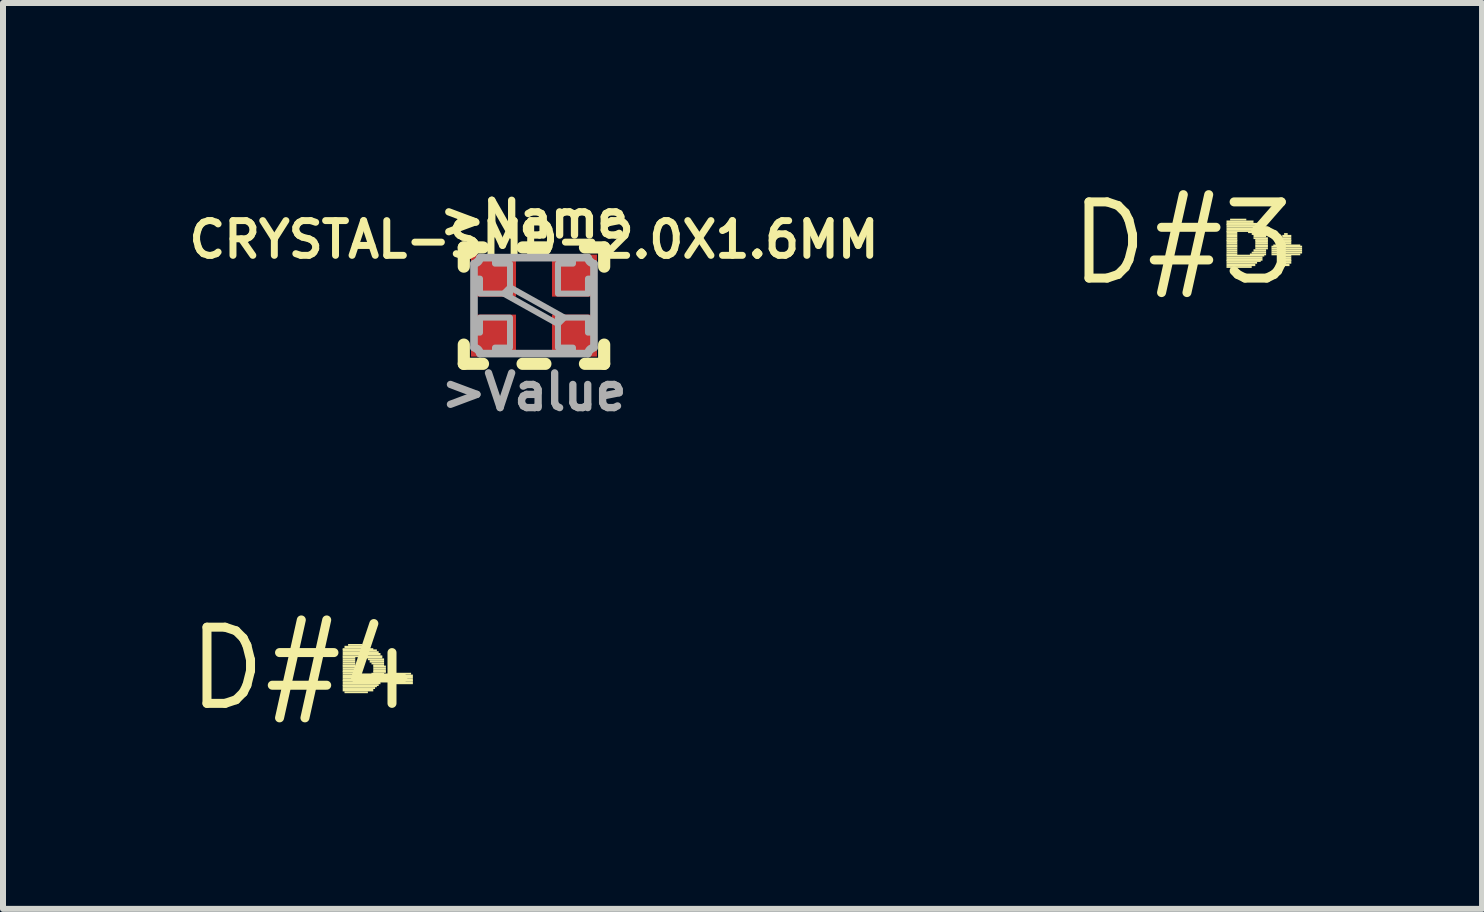
<source format=kicad_pcb>
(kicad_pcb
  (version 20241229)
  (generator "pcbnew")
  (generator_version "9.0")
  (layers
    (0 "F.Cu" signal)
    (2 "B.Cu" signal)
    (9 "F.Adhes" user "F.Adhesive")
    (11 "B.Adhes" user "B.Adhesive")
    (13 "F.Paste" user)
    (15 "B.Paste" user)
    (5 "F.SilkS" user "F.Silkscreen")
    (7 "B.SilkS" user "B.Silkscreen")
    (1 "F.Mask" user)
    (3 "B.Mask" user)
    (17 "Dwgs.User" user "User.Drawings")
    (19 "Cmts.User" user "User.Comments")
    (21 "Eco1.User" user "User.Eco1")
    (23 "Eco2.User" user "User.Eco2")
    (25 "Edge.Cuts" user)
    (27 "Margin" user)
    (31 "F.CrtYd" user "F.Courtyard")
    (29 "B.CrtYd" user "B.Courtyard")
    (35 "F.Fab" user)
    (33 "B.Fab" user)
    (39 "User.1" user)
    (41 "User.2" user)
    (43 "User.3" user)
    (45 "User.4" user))
  (footprint "CRYSTAL-SMD-2.0X1.6MM"
    (layer "F.Cu")
    (at 5.852 2.045)
    (property "Reference" "CRYSTAL-SMD-2.0X1.6MM" (at -0.000004 -1.1 0) (layer "F.SilkS") (effects (font (size 0.579 0.579) (thickness 0.116))))
    (attr through_hole)
    (fp_line (start -1.17 -0.65) (end -1.17 -0.97) (stroke (width 0.203) (type solid)) (layer "F.SilkS"))
    (fp_line (start -1.17 0.65) (end -1.17 0.97) (stroke (width 0.203) (type solid)) (layer "F.SilkS"))
    (fp_line (start -0.85 -0.97) (end -1.17 -0.97) (stroke (width 0.203) (type solid)) (layer "F.SilkS"))
    (fp_line (start -0.85 0.97) (end -1.17 0.97) (stroke (width 0.203) (type solid)) (layer "F.SilkS"))
    (fp_line (start -0.19 0.97) (end 0.19 0.97) (stroke (width 0.203) (type solid)) (layer "F.SilkS"))
    (fp_line (start 0.19 -0.97) (end -0.19 -0.97) (stroke (width 0.203) (type solid)) (layer "F.SilkS"))
    (fp_line (start 0.85 -0.97) (end 1.17 -0.97) (stroke (width 0.203) (type solid)) (layer "F.SilkS"))
    (fp_line (start 0.85 0.97) (end 1.17 0.97) (stroke (width 0.203) (type solid)) (layer "F.SilkS"))
    (fp_line (start 1.17 -0.65) (end 1.17 -0.97) (stroke (width 0.203) (type solid)) (layer "F.SilkS"))
    (fp_line (start 1.17 0.65) (end 1.17 0.97) (stroke (width 0.203) (type solid)) (layer "F.SilkS"))
    (fp_line (start -1 -0.7) (end -1 0.7) (stroke (width 0.127) (type solid)) (layer "F.Fab"))
    (fp_line (start -0.9 0.8) (end 0.9 0.8) (stroke (width 0.127) (type solid)) (layer "F.Fab"))
    (fp_line (start 0.9 -0.8) (end -0.9 -0.8) (stroke (width 0.127) (type solid)) (layer "F.Fab"))
    (fp_line (start 1 0.7) (end 1 -0.7) (stroke (width 0.127) (type solid)) (layer "F.Fab"))
    (fp_arc (start -1 0.7) (mid -0.929289 0.729289) (end -0.9 0.8) (stroke (width 0.127) (type solid)) (layer "F.Fab"))
    (fp_arc (start -0.9 -0.8) (mid -0.929289 -0.729289) (end -1 -0.7) (stroke (width 0.127) (type solid)) (layer "F.Fab"))
    (fp_arc (start 0.9 0.8) (mid 0.929289 0.729289) (end 1 0.7) (stroke (width 0.127) (type solid)) (layer "F.Fab"))
    (fp_arc (start 1 -0.7) (mid 0.929289 -0.729289) (end 0.9 -0.8) (stroke (width 0.127) (type solid)) (layer "F.Fab"))
    (fp_poly (pts (xy 0.506 0.2) (xy -0.4 -0.306) (xy -0.506 -0.2) (xy 0.4 0.306)) (stroke (width 0.1) (type solid)) (fill no) (layer "F.Fab"))
    (fp_poly (pts (xy -0.4 -0.2) (xy -0.4 -0.7) (xy -0.65 -0.7) (xy -0.65 -0.8) (xy -0.9 -0.8) (xy -1 -0.7) (xy -1 -0.45) (xy -0.9 -0.45) (xy -0.9 -0.2)) (stroke (width 0.1) (type solid)) (fill no) (layer "F.Fab"))
    (fp_poly (pts (xy -0.4 0.2) (xy -0.4 0.7) (xy -0.65 0.7) (xy -0.65 0.8) (xy -0.9 0.8) (xy -1 0.7) (xy -1 0.45) (xy -0.9 0.45) (xy -0.9 0.2)) (stroke (width 0.1) (type solid)) (fill no) (layer "F.Fab"))
    (fp_poly (pts (xy 0.4 -0.2) (xy 0.4 -0.7) (xy 0.65 -0.7) (xy 0.65 -0.8) (xy 0.9 -0.8) (xy 1 -0.7) (xy 1 -0.45) (xy 0.9 -0.45) (xy 0.9 -0.2)) (stroke (width 0.1) (type solid)) (fill no) (layer "F.Fab"))
    (fp_poly (pts (xy 0.4 0.2) (xy 0.4 0.7) (xy 0.65 0.7) (xy 0.65 0.8) (xy 0.9 0.8) (xy 1 0.7) (xy 1 0.45) (xy 0.9 0.45) (xy 0.9 0.2)) (stroke (width 0.1) (type solid)) (fill no) (layer "F.Fab"))
    (fp_text user ">Name" (at 0 -1.1 0) (layer "F.SilkS") (effects (font (size 0.579 0.579) (thickness 0.122)) (justify bottom)))
    (fp_text user ">Value" (at 0 1.1 0) (layer "F.Fab") (effects (font (size 0.579 0.579) (thickness 0.122)) (justify top)))
    (pad "1" smd rect (at -0.675 0.5) (size 0.75 0.7) (layers "F.Cu" "F.Mask" "F.Paste"))
    (pad "2" smd rect (at 0.675 0.5 180) (size 0.75 0.7) (layers "F.Cu" "F.Mask" "F.Paste"))
    (pad "3" smd rect (at 0.675 -0.5 180) (size 0.75 0.7) (layers "F.Cu" "F.Mask" "F.Paste"))
    (pad "4" smd rect (at -0.675 -0.5) (size 0.75 0.7) (layers "F.Cu" "F.Mask" "F.Paste")))
  (footprint "D#3"
    (layer "F.Cu")
    (at 16.677 1.006)
    (property "Reference" "D#3" (at 0 0 0) (layer "F.SilkS") (effects (font (size 1.27 1.27) (thickness 0.15))))
    (attr through_hole)
    (fp_poly (pts (xy 0.72 -0.34) (xy 1.17 -0.34) (xy 1.17 -0.38) (xy 0.72 -0.38)) (stroke (width 0) (type solid)) (fill yes) (layer "F.SilkS"))
    (fp_poly (pts (xy 0.72 -0.31) (xy 1.23 -0.31) (xy 1.23 -0.34) (xy 0.72 -0.34)) (stroke (width 0) (type solid)) (fill yes) (layer "F.SilkS"))
    (fp_poly (pts (xy 0.72 -0.29) (xy 1.26 -0.29) (xy 1.26 -0.32) (xy 0.72 -0.32)) (stroke (width 0) (type solid)) (fill yes) (layer "F.SilkS"))
    (fp_poly (pts (xy 0.72 -0.26) (xy 1.29 -0.26) (xy 1.29 -0.29) (xy 0.72 -0.29)) (stroke (width 0) (type solid)) (fill yes) (layer "F.SilkS"))
    (fp_poly (pts (xy 0.72 -0.22) (xy 1.32 -0.22) (xy 1.32 -0.26) (xy 0.72 -0.26)) (stroke (width 0) (type solid)) (fill yes) (layer "F.SilkS"))
    (fp_poly (pts (xy 0.72 -0.19) (xy 1.35 -0.19) (xy 1.35 -0.22) (xy 0.72 -0.22)) (stroke (width 0) (type solid)) (fill yes) (layer "F.SilkS"))
    (fp_poly (pts (xy 0.72 -0.17) (xy 0.9 -0.17) (xy 0.9 -0.2) (xy 0.72 -0.2)) (stroke (width 0) (type solid)) (fill yes) (layer "F.SilkS"))
    (fp_poly (pts (xy 0.72 -0.14) (xy 0.9 -0.14) (xy 0.9 -0.17) (xy 0.72 -0.17)) (stroke (width 0) (type solid)) (fill yes) (layer "F.SilkS"))
    (fp_poly (pts (xy 0.72 -0.1) (xy 0.9 -0.1) (xy 0.9 -0.14) (xy 0.72 -0.14)) (stroke (width 0) (type solid)) (fill yes) (layer "F.SilkS"))
    (fp_poly (pts (xy 0.72 -0.07) (xy 0.9 -0.07) (xy 0.9 -0.1) (xy 0.72 -0.1)) (stroke (width 0) (type solid)) (fill yes) (layer "F.SilkS"))
    (fp_poly (pts (xy 0.72 -0.04) (xy 0.9 -0.04) (xy 0.9 -0.07) (xy 0.72 -0.07)) (stroke (width 0) (type solid)) (fill yes) (layer "F.SilkS"))
    (fp_poly (pts (xy 0.72 -0.02) (xy 0.9 -0.02) (xy 0.9 -0.05) (xy 0.72 -0.05)) (stroke (width 0) (type solid)) (fill yes) (layer "F.SilkS"))
    (fp_poly (pts (xy 0.72 0.02) (xy 0.9 0.02) (xy 0.9 -0.02) (xy 0.72 -0.02)) (stroke (width 0) (type solid)) (fill yes) (layer "F.SilkS"))
    (fp_poly (pts (xy 0.72 0.05) (xy 0.9 0.05) (xy 0.9 0.02) (xy 0.72 0.02)) (stroke (width 0) (type solid)) (fill yes) (layer "F.SilkS"))
    (fp_poly (pts (xy 0.72 0.07) (xy 0.9 0.07) (xy 0.9 0.04) (xy 0.72 0.04)) (stroke (width 0) (type solid)) (fill yes) (layer "F.SilkS"))
    (fp_poly (pts (xy 0.72 0.1) (xy 0.9 0.1) (xy 0.9 0.07) (xy 0.72 0.07)) (stroke (width 0) (type solid)) (fill yes) (layer "F.SilkS"))
    (fp_poly (pts (xy 0.72 0.14) (xy 0.9 0.14) (xy 0.9 0.1) (xy 0.72 0.1)) (stroke (width 0) (type solid)) (fill yes) (layer "F.SilkS"))
    (fp_poly (pts (xy 0.72 0.17) (xy 0.9 0.17) (xy 0.9 0.14) (xy 0.72 0.14)) (stroke (width 0) (type solid)) (fill yes) (layer "F.SilkS"))
    (fp_poly (pts (xy 0.72 0.2) (xy 0.9 0.2) (xy 0.9 0.17) (xy 0.72 0.17)) (stroke (width 0) (type solid)) (fill yes) (layer "F.SilkS"))
    (fp_poly (pts (xy 0.72 0.22) (xy 1.35 0.22) (xy 1.35 0.19) (xy 0.72 0.19)) (stroke (width 0) (type solid)) (fill yes) (layer "F.SilkS"))
    (fp_poly (pts (xy 0.72 0.26) (xy 1.32 0.26) (xy 1.32 0.22) (xy 0.72 0.22)) (stroke (width 0) (type solid)) (fill yes) (layer "F.SilkS"))
    (fp_poly (pts (xy 0.72 0.29) (xy 1.32 0.29) (xy 1.32 0.26) (xy 0.72 0.26)) (stroke (width 0) (type solid)) (fill yes) (layer "F.SilkS"))
    (fp_poly (pts (xy 0.72 0.31) (xy 1.29 0.31) (xy 1.29 0.28) (xy 0.72 0.28)) (stroke (width 0) (type solid)) (fill yes) (layer "F.SilkS"))
    (fp_poly (pts (xy 0.72 0.34) (xy 1.23 0.34) (xy 1.23 0.31) (xy 0.72 0.31)) (stroke (width 0) (type solid)) (fill yes) (layer "F.SilkS"))
    (fp_poly (pts (xy 0.72 0.38) (xy 1.2 0.38) (xy 1.2 0.34) (xy 0.72 0.34)) (stroke (width 0) (type solid)) (fill yes) (layer "F.SilkS"))
    (fp_poly (pts (xy 0.72 0.41) (xy 1.14 0.41) (xy 1.14 0.38) (xy 0.72 0.38)) (stroke (width 0) (type solid)) (fill yes) (layer "F.SilkS"))
    (fp_poly (pts (xy 0.78 -0.38) (xy 1.05 -0.38) (xy 1.05 -0.41) (xy 0.78 -0.41)) (stroke (width 0) (type solid)) (fill yes) (layer "F.SilkS"))
    (fp_poly (pts (xy 1.08 -0.17) (xy 1.35 -0.17) (xy 1.35 -0.2) (xy 1.08 -0.2)) (stroke (width 0) (type solid)) (fill yes) (layer "F.SilkS"))
    (fp_poly (pts (xy 1.11 0.2) (xy 1.38 0.2) (xy 1.38 0.17) (xy 1.11 0.17)) (stroke (width 0) (type solid)) (fill yes) (layer "F.SilkS"))
    (fp_poly (pts (xy 1.14 -0.14) (xy 1.38 -0.14) (xy 1.38 -0.17) (xy 1.14 -0.17)) (stroke (width 0) (type solid)) (fill yes) (layer "F.SilkS"))
    (fp_poly (pts (xy 1.14 0.17) (xy 1.38 0.17) (xy 1.38 0.14) (xy 1.14 0.14)) (stroke (width 0) (type solid)) (fill yes) (layer "F.SilkS"))
    (fp_poly (pts (xy 1.17 -0.1) (xy 1.38 -0.1) (xy 1.38 -0.14) (xy 1.17 -0.14)) (stroke (width 0) (type solid)) (fill yes) (layer "F.SilkS"))
    (fp_poly (pts (xy 1.17 -0.07) (xy 1.41 -0.07) (xy 1.41 -0.1) (xy 1.17 -0.1)) (stroke (width 0) (type solid)) (fill yes) (layer "F.SilkS"))
    (fp_poly (pts (xy 1.17 0.14) (xy 1.38 0.14) (xy 1.38 0.1) (xy 1.17 0.1)) (stroke (width 0) (type solid)) (fill yes) (layer "F.SilkS"))
    (fp_poly (pts (xy 1.2 -0.04) (xy 1.41 -0.04) (xy 1.41 -0.07) (xy 1.2 -0.07)) (stroke (width 0) (type solid)) (fill yes) (layer "F.SilkS"))
    (fp_poly (pts (xy 1.2 -0.02) (xy 1.41 -0.02) (xy 1.41 -0.05) (xy 1.2 -0.05)) (stroke (width 0) (type solid)) (fill yes) (layer "F.SilkS"))
    (fp_poly (pts (xy 1.2 0.02) (xy 1.41 0.02) (xy 1.41 -0.02) (xy 1.2 -0.02)) (stroke (width 0) (type solid)) (fill yes) (layer "F.SilkS"))
    (fp_poly (pts (xy 1.2 0.05) (xy 1.41 0.05) (xy 1.41 0.02) (xy 1.2 0.02)) (stroke (width 0) (type solid)) (fill yes) (layer "F.SilkS"))
    (fp_poly (pts (xy 1.2 0.07) (xy 1.41 0.07) (xy 1.41 0.04) (xy 1.2 0.04)) (stroke (width 0) (type solid)) (fill yes) (layer "F.SilkS"))
    (fp_poly (pts (xy 1.2 0.1) (xy 1.41 0.1) (xy 1.41 0.07) (xy 1.2 0.07)) (stroke (width 0) (type solid)) (fill yes) (layer "F.SilkS"))
    (fp_poly (pts (xy 1.47 0.07) (xy 1.98 0.07) (xy 1.98 0.04) (xy 1.47 0.04)) (stroke (width 0) (type solid)) (fill yes) (layer "F.SilkS"))
    (fp_poly (pts (xy 1.47 0.1) (xy 1.98 0.1) (xy 1.98 0.07) (xy 1.47 0.07)) (stroke (width 0) (type solid)) (fill yes) (layer "F.SilkS"))
    (fp_poly (pts (xy 1.47 0.14) (xy 1.98 0.14) (xy 1.98 0.1) (xy 1.47 0.1)) (stroke (width 0) (type solid)) (fill yes) (layer "F.SilkS"))
    (fp_poly (pts (xy 1.47 0.17) (xy 1.98 0.17) (xy 1.98 0.14) (xy 1.47 0.14)) (stroke (width 0) (type solid)) (fill yes) (layer "F.SilkS"))
    (fp_poly (pts (xy 1.47 0.2) (xy 1.95 0.2) (xy 1.95 0.17) (xy 1.47 0.17)) (stroke (width 0) (type solid)) (fill yes) (layer "F.SilkS"))
    (fp_poly (pts (xy 1.5 0.05) (xy 1.95 0.05) (xy 1.95 0.02) (xy 1.5 0.02)) (stroke (width 0) (type solid)) (fill yes) (layer "F.SilkS"))
    (fp_poly (pts (xy 1.62 -0.07) (xy 1.8 -0.07) (xy 1.8 -0.1) (xy 1.62 -0.1)) (stroke (width 0) (type solid)) (fill yes) (layer "F.SilkS"))
    (fp_poly (pts (xy 1.62 -0.04) (xy 1.8 -0.04) (xy 1.8 -0.07) (xy 1.62 -0.07)) (stroke (width 0) (type solid)) (fill yes) (layer "F.SilkS"))
    (fp_poly (pts (xy 1.62 -0.02) (xy 1.8 -0.02) (xy 1.8 -0.05) (xy 1.62 -0.05)) (stroke (width 0) (type solid)) (fill yes) (layer "F.SilkS"))
    (fp_poly (pts (xy 1.62 0.02) (xy 1.8 0.02) (xy 1.8 -0.02) (xy 1.62 -0.02)) (stroke (width 0) (type solid)) (fill yes) (layer "F.SilkS"))
    (fp_poly (pts (xy 1.62 0.22) (xy 1.8 0.22) (xy 1.8 0.19) (xy 1.62 0.19)) (stroke (width 0) (type solid)) (fill yes) (layer "F.SilkS"))
    (fp_poly (pts (xy 1.62 0.26) (xy 1.8 0.26) (xy 1.8 0.22) (xy 1.62 0.22)) (stroke (width 0) (type solid)) (fill yes) (layer "F.SilkS"))
    (fp_poly (pts (xy 1.62 0.29) (xy 1.8 0.29) (xy 1.8 0.26) (xy 1.62 0.26)) (stroke (width 0) (type solid)) (fill yes) (layer "F.SilkS"))
    (fp_poly (pts (xy 1.62 0.31) (xy 1.8 0.31) (xy 1.8 0.28) (xy 1.62 0.28)) (stroke (width 0) (type solid)) (fill yes) (layer "F.SilkS"))
    (fp_poly (pts (xy 1.65 -0.1) (xy 1.8 -0.1) (xy 1.8 -0.14) (xy 1.65 -0.14)) (stroke (width 0) (type solid)) (fill yes) (layer "F.SilkS"))
    (fp_poly (pts (xy 1.65 0.34) (xy 1.8 0.34) (xy 1.8 0.31) (xy 1.65 0.31)) (stroke (width 0) (type solid)) (fill yes) (layer "F.SilkS"))
    (fp_poly (pts (xy 1.65 0.38) (xy 1.77 0.38) (xy 1.77 0.34) (xy 1.65 0.34)) (stroke (width 0) (type solid)) (fill yes) (layer "F.SilkS"))
    (fp_poly (pts (xy 1.68 -0.14) (xy 1.74 -0.14) (xy 1.74 -0.17) (xy 1.68 -0.17)) (stroke (width 0) (type solid)) (fill yes) (layer "F.SilkS")))
  (footprint "D#4"
    (layer "F.Cu")
    (at 1.973 8.096)
    (property "Reference" "D#4" (at 0 0 0) (layer "F.SilkS") (effects (font (size 1.27 1.27) (thickness 0.15))))
    (attr through_hole)
    (fp_poly (pts (xy 0.69 -0.31) (xy 1.2 -0.31) (xy 1.2 -0.34) (xy 0.69 -0.34)) (stroke (width 0) (type solid)) (fill yes) (layer "F.SilkS"))
    (fp_poly (pts (xy 0.69 -0.29) (xy 1.26 -0.29) (xy 1.26 -0.32) (xy 0.69 -0.32)) (stroke (width 0) (type solid)) (fill yes) (layer "F.SilkS"))
    (fp_poly (pts (xy 0.69 -0.26) (xy 1.29 -0.26) (xy 1.29 -0.29) (xy 0.69 -0.29)) (stroke (width 0) (type solid)) (fill yes) (layer "F.SilkS"))
    (fp_poly (pts (xy 0.69 -0.22) (xy 1.32 -0.22) (xy 1.32 -0.26) (xy 0.69 -0.26)) (stroke (width 0) (type solid)) (fill yes) (layer "F.SilkS"))
    (fp_poly (pts (xy 0.69 -0.19) (xy 1.35 -0.19) (xy 1.35 -0.22) (xy 0.69 -0.22)) (stroke (width 0) (type solid)) (fill yes) (layer "F.SilkS"))
    (fp_poly (pts (xy 0.69 -0.17) (xy 0.9 -0.17) (xy 0.9 -0.2) (xy 0.69 -0.2)) (stroke (width 0) (type solid)) (fill yes) (layer "F.SilkS"))
    (fp_poly (pts (xy 0.69 -0.14) (xy 0.9 -0.14) (xy 0.9 -0.17) (xy 0.69 -0.17)) (stroke (width 0) (type solid)) (fill yes) (layer "F.SilkS"))
    (fp_poly (pts (xy 0.69 -0.1) (xy 0.9 -0.1) (xy 0.9 -0.14) (xy 0.69 -0.14)) (stroke (width 0) (type solid)) (fill yes) (layer "F.SilkS"))
    (fp_poly (pts (xy 0.69 -0.07) (xy 0.9 -0.07) (xy 0.9 -0.1) (xy 0.69 -0.1)) (stroke (width 0) (type solid)) (fill yes) (layer "F.SilkS"))
    (fp_poly (pts (xy 0.69 -0.04) (xy 0.9 -0.04) (xy 0.9 -0.07) (xy 0.69 -0.07)) (stroke (width 0) (type solid)) (fill yes) (layer "F.SilkS"))
    (fp_poly (pts (xy 0.69 -0.02) (xy 0.9 -0.02) (xy 0.9 -0.05) (xy 0.69 -0.05)) (stroke (width 0) (type solid)) (fill yes) (layer "F.SilkS"))
    (fp_poly (pts (xy 0.69 0.02) (xy 0.9 0.02) (xy 0.9 -0.02) (xy 0.69 -0.02)) (stroke (width 0) (type solid)) (fill yes) (layer "F.SilkS"))
    (fp_poly (pts (xy 0.69 0.05) (xy 0.9 0.05) (xy 0.9 0.02) (xy 0.69 0.02)) (stroke (width 0) (type solid)) (fill yes) (layer "F.SilkS"))
    (fp_poly (pts (xy 0.69 0.07) (xy 0.9 0.07) (xy 0.9 0.04) (xy 0.69 0.04)) (stroke (width 0) (type solid)) (fill yes) (layer "F.SilkS"))
    (fp_poly (pts (xy 0.69 0.1) (xy 0.9 0.1) (xy 0.9 0.07) (xy 0.69 0.07)) (stroke (width 0) (type solid)) (fill yes) (layer "F.SilkS"))
    (fp_poly (pts (xy 0.69 0.14) (xy 0.9 0.14) (xy 0.9 0.1) (xy 0.69 0.1)) (stroke (width 0) (type solid)) (fill yes) (layer "F.SilkS"))
    (fp_poly (pts (xy 0.69 0.17) (xy 0.9 0.17) (xy 0.9 0.14) (xy 0.69 0.14)) (stroke (width 0) (type solid)) (fill yes) (layer "F.SilkS"))
    (fp_poly (pts (xy 0.69 0.2) (xy 0.9 0.2) (xy 0.9 0.17) (xy 0.69 0.17)) (stroke (width 0) (type solid)) (fill yes) (layer "F.SilkS"))
    (fp_poly (pts (xy 0.69 0.22) (xy 1.35 0.22) (xy 1.35 0.19) (xy 0.69 0.19)) (stroke (width 0) (type solid)) (fill yes) (layer "F.SilkS"))
    (fp_poly (pts (xy 0.69 0.26) (xy 1.32 0.26) (xy 1.32 0.22) (xy 0.69 0.22)) (stroke (width 0) (type solid)) (fill yes) (layer "F.SilkS"))
    (fp_poly (pts (xy 0.69 0.29) (xy 1.29 0.29) (xy 1.29 0.26) (xy 0.69 0.26)) (stroke (width 0) (type solid)) (fill yes) (layer "F.SilkS"))
    (fp_poly (pts (xy 0.69 0.31) (xy 1.26 0.31) (xy 1.26 0.28) (xy 0.69 0.28)) (stroke (width 0) (type solid)) (fill yes) (layer "F.SilkS"))
    (fp_poly (pts (xy 0.69 0.34) (xy 1.23 0.34) (xy 1.23 0.31) (xy 0.69 0.31)) (stroke (width 0) (type solid)) (fill yes) (layer "F.SilkS"))
    (fp_poly (pts (xy 0.69 0.38) (xy 1.2 0.38) (xy 1.2 0.34) (xy 0.69 0.34)) (stroke (width 0) (type solid)) (fill yes) (layer "F.SilkS"))
    (fp_poly (pts (xy 0.72 -0.34) (xy 1.14 -0.34) (xy 1.14 -0.38) (xy 0.72 -0.38)) (stroke (width 0) (type solid)) (fill yes) (layer "F.SilkS"))
    (fp_poly (pts (xy 0.72 0.41) (xy 1.11 0.41) (xy 1.11 0.38) (xy 0.72 0.38)) (stroke (width 0) (type solid)) (fill yes) (layer "F.SilkS"))
    (fp_poly (pts (xy 0.78 -0.38) (xy 1.02 -0.38) (xy 1.02 -0.41) (xy 0.78 -0.41)) (stroke (width 0) (type solid)) (fill yes) (layer "F.SilkS"))
    (fp_poly (pts (xy 1.05 -0.17) (xy 1.35 -0.17) (xy 1.35 -0.2) (xy 1.05 -0.2)) (stroke (width 0) (type solid)) (fill yes) (layer "F.SilkS"))
    (fp_poly (pts (xy 1.11 -0.14) (xy 1.38 -0.14) (xy 1.38 -0.17) (xy 1.11 -0.17)) (stroke (width 0) (type solid)) (fill yes) (layer "F.SilkS"))
    (fp_poly (pts (xy 1.11 0.2) (xy 1.35 0.2) (xy 1.35 0.17) (xy 1.11 0.17)) (stroke (width 0) (type solid)) (fill yes) (layer "F.SilkS"))
    (fp_poly (pts (xy 1.14 -0.1) (xy 1.38 -0.1) (xy 1.38 -0.14) (xy 1.14 -0.14)) (stroke (width 0) (type solid)) (fill yes) (layer "F.SilkS"))
    (fp_poly (pts (xy 1.14 0.17) (xy 1.38 0.17) (xy 1.38 0.14) (xy 1.14 0.14)) (stroke (width 0) (type solid)) (fill yes) (layer "F.SilkS"))
    (fp_poly (pts (xy 1.17 -0.07) (xy 1.38 -0.07) (xy 1.38 -0.1) (xy 1.17 -0.1)) (stroke (width 0) (type solid)) (fill yes) (layer "F.SilkS"))
    (fp_poly (pts (xy 1.17 0.1) (xy 1.38 0.1) (xy 1.38 0.07) (xy 1.17 0.07)) (stroke (width 0) (type solid)) (fill yes) (layer "F.SilkS"))
    (fp_poly (pts (xy 1.17 0.14) (xy 1.38 0.14) (xy 1.38 0.1) (xy 1.17 0.1)) (stroke (width 0) (type solid)) (fill yes) (layer "F.SilkS"))
    (fp_poly (pts (xy 1.2 -0.04) (xy 1.38 -0.04) (xy 1.38 -0.07) (xy 1.2 -0.07)) (stroke (width 0) (type solid)) (fill yes) (layer "F.SilkS"))
    (fp_poly (pts (xy 1.2 -0.02) (xy 1.41 -0.02) (xy 1.41 -0.05) (xy 1.2 -0.05)) (stroke (width 0) (type solid)) (fill yes) (layer "F.SilkS"))
    (fp_poly (pts (xy 1.2 0.02) (xy 1.41 0.02) (xy 1.41 -0.02) (xy 1.2 -0.02)) (stroke (width 0) (type solid)) (fill yes) (layer "F.SilkS"))
    (fp_poly (pts (xy 1.2 0.05) (xy 1.41 0.05) (xy 1.41 0.02) (xy 1.2 0.02)) (stroke (width 0) (type solid)) (fill yes) (layer "F.SilkS"))
    (fp_poly (pts (xy 1.2 0.07) (xy 1.41 0.07) (xy 1.41 0.04) (xy 1.2 0.04)) (stroke (width 0) (type solid)) (fill yes) (layer "F.SilkS"))
    (fp_poly (pts (xy 1.44 0.14) (xy 1.86 0.14) (xy 1.86 0.1) (xy 1.44 0.1)) (stroke (width 0) (type solid)) (fill yes) (layer "F.SilkS"))
    (fp_poly (pts (xy 1.44 0.17) (xy 1.86 0.17) (xy 1.86 0.14) (xy 1.44 0.14)) (stroke (width 0) (type solid)) (fill yes) (layer "F.SilkS"))
    (fp_poly (pts (xy 1.44 0.2) (xy 1.86 0.2) (xy 1.86 0.17) (xy 1.44 0.17)) (stroke (width 0) (type solid)) (fill yes) (layer "F.SilkS"))
    (fp_poly (pts (xy 1.44 0.22) (xy 1.86 0.22) (xy 1.86 0.19) (xy 1.44 0.19)) (stroke (width 0) (type solid)) (fill yes) (layer "F.SilkS"))
    (fp_poly (pts (xy 1.47 0.1) (xy 1.83 0.1) (xy 1.83 0.07) (xy 1.47 0.07)) (stroke (width 0) (type solid)) (fill yes) (layer "F.SilkS"))
    (fp_poly (pts (xy 1.47 0.26) (xy 1.86 0.26) (xy 1.86 0.22) (xy 1.47 0.22)) (stroke (width 0) (type solid)) (fill yes) (layer "F.SilkS")))
  (gr_rect
    (start -3 -3)
    (end 21.657 12.102)
    (stroke (width 0.1) (type default))
    (fill no)
    (layer "Edge.Cuts")))
</source>
